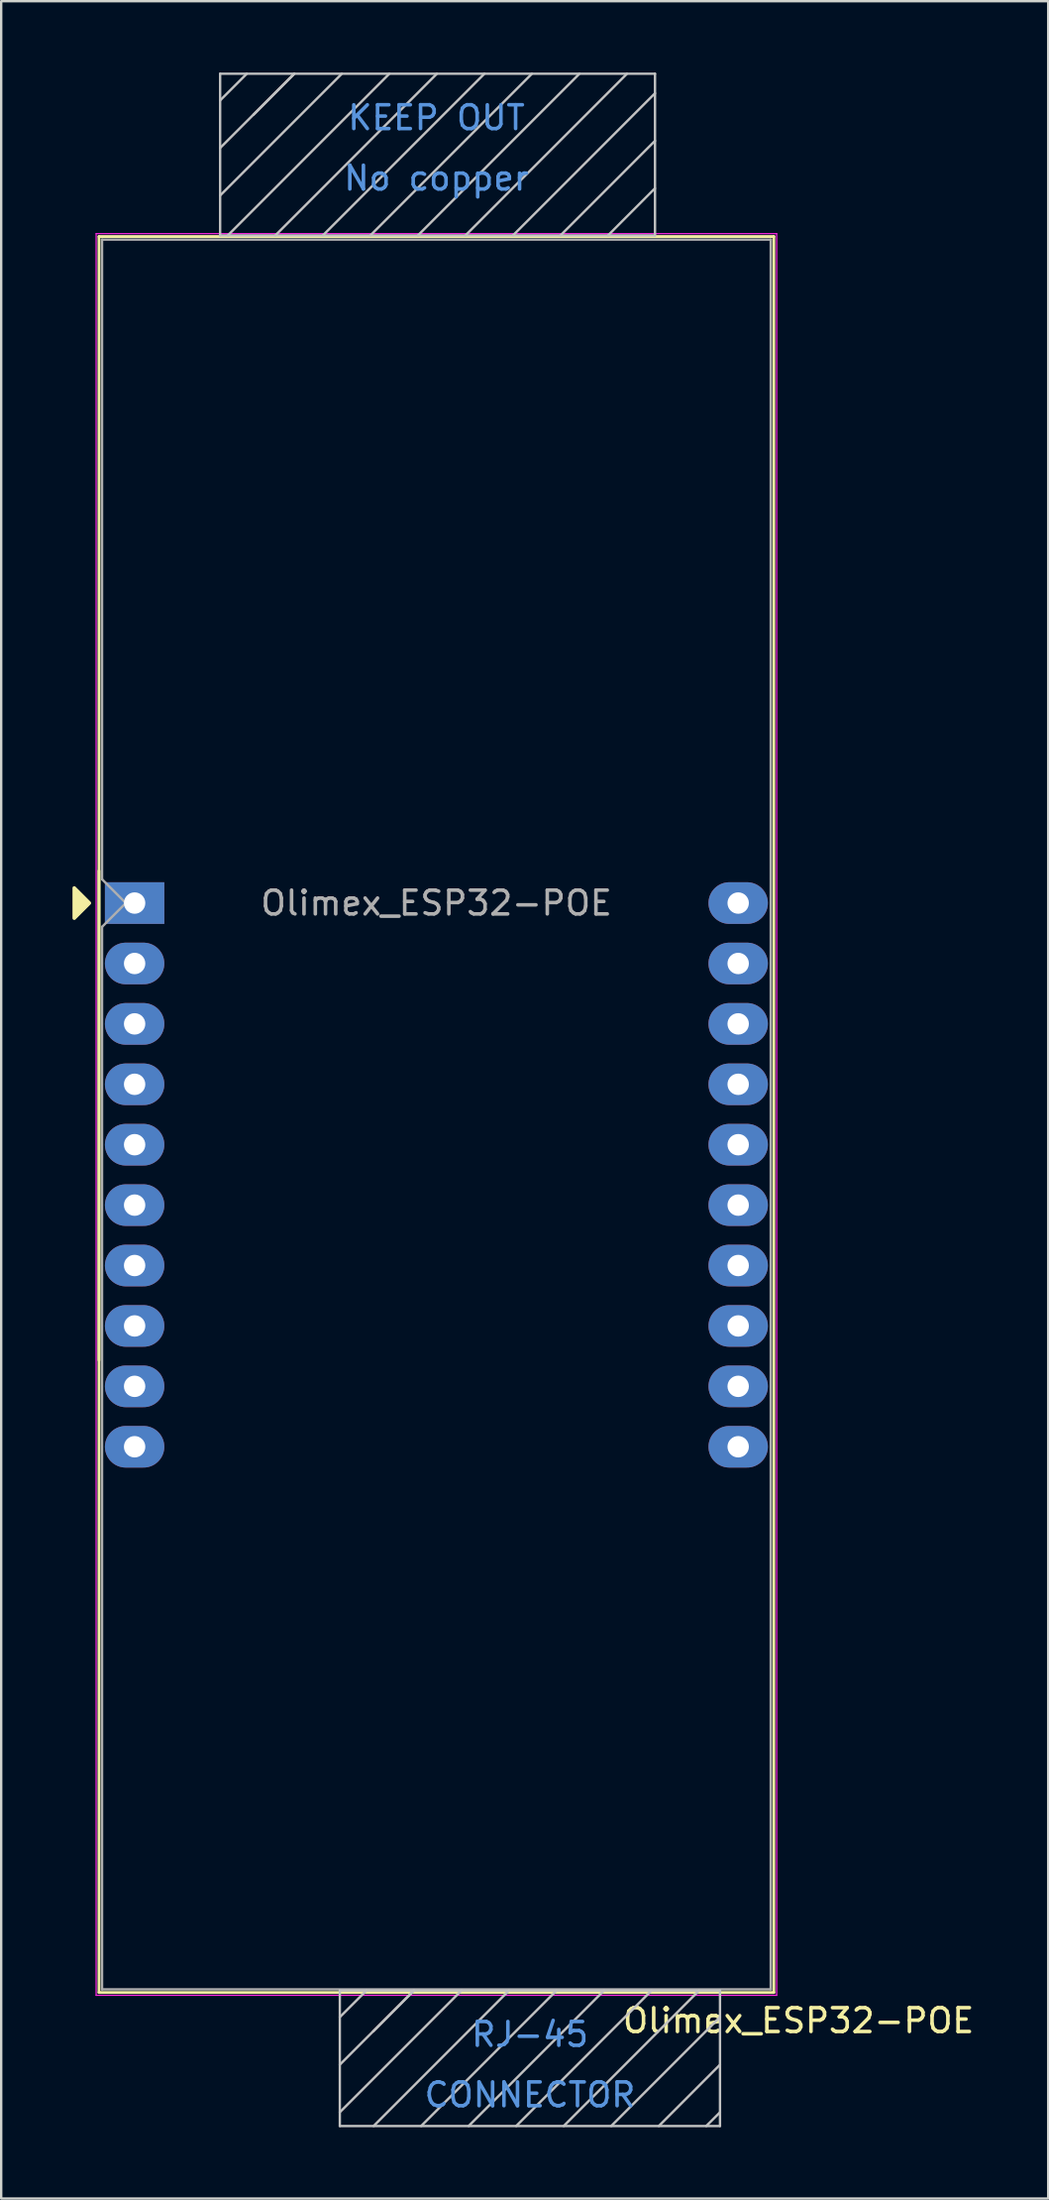
<source format=kicad_pcb>
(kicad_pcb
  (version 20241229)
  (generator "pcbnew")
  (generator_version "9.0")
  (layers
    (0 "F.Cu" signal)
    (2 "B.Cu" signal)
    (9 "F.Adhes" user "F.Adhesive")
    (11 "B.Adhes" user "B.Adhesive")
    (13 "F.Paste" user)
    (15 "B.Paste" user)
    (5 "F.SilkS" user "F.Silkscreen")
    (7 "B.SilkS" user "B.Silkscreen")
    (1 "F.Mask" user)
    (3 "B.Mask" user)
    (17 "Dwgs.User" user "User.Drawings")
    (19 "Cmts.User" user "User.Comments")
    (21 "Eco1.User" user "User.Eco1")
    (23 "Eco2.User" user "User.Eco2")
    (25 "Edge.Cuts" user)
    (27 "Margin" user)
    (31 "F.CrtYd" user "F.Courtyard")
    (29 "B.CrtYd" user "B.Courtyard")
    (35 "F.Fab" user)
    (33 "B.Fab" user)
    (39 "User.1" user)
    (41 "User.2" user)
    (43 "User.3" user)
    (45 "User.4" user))
  (footprint "Olimex_ESP32-POE"
    (layer "F.Cu")
    (at 2.615 34.92)
    (property "Reference" "Olimex_ESP32-POE" (at 27.94 46.99 0) (layer "F.SilkS") (effects (font (size 1 1) (thickness 0.15))))
    (attr through_hole)
    (fp_line (start -1.5 19.22) (end -1.5 -28.025) (stroke (width 0.12) (type solid)) (layer "F.SilkS"))
    (fp_line (start -1.5 45.805) (end -1.5 -1.355) (stroke (width 0.12) (type solid)) (layer "F.SilkS"))
    (fp_line (start -1.5 45.805) (end 26.9 45.805) (stroke (width 0.12) (type solid)) (layer "F.SilkS"))
    (fp_line (start 26.9 -28.025) (end -1.5 -28.025) (stroke (width 0.12) (type solid)) (layer "F.SilkS"))
    (fp_line (start 26.9 45.805) (end 26.9 -28.025) (stroke (width 0.12) (type solid)) (layer "F.SilkS"))
    (fp_poly (pts (xy -2.54 -0.635) (xy -2.54 0.635) (xy -1.905 0)) (stroke (width 0.15) (type solid)) (fill yes) (layer "F.SilkS"))
    (fp_line (start 3.599 -34.87) (end 3.599 -28.07) (stroke (width 0.1) (type solid)) (layer "Dwgs.User"))
    (fp_line (start 3.599 -33.749) (end 4.72 -34.87) (stroke (width 0.1) (type solid)) (layer "Dwgs.User"))
    (fp_line (start 3.599 -31.75) (end 6.72 -34.87) (stroke (width 0.1) (type solid)) (layer "Dwgs.User"))
    (fp_line (start 3.599 -29.751) (end 8.72 -34.87) (stroke (width 0.1) (type solid)) (layer "Dwgs.User"))
    (fp_line (start 3.599 -28.07) (end 21.9 -28.07) (stroke (width 0.1) (type solid)) (layer "Dwgs.User"))
    (fp_line (start 3.92 -28.07) (end 10.72 -34.87) (stroke (width 0.1) (type solid)) (layer "Dwgs.User"))
    (fp_line (start 5.004 -33.147) (end 6.72 -34.87) (stroke (width 0.1) (type solid)) (layer "Dwgs.User"))
    (fp_line (start 5.92 -28.07) (end 12.72 -34.87) (stroke (width 0.1) (type solid)) (layer "Dwgs.User"))
    (fp_line (start 7.92 -28.07) (end 14.72 -34.87) (stroke (width 0.1) (type solid)) (layer "Dwgs.User"))
    (fp_line (start 8.636 45.72) (end 8.636 51.42) (stroke (width 0.1) (type solid)) (layer "Dwgs.User"))
    (fp_line (start 8.636 46.841) (end 9.757 45.72) (stroke (width 0.1) (type solid)) (layer "Dwgs.User"))
    (fp_line (start 8.636 48.84) (end 11.757 45.72) (stroke (width 0.1) (type solid)) (layer "Dwgs.User"))
    (fp_line (start 8.636 50.839) (end 13.757 45.72) (stroke (width 0.1) (type solid)) (layer "Dwgs.User"))
    (fp_line (start 8.636 51.42) (end 24.635 51.42) (stroke (width 0.1) (type solid)) (layer "Dwgs.User"))
    (fp_line (start 9.92 -28.07) (end 16.72 -34.87) (stroke (width 0.1) (type solid)) (layer "Dwgs.User"))
    (fp_line (start 10.041 47.443) (end 11.757 45.72) (stroke (width 0.1) (type solid)) (layer "Dwgs.User"))
    (fp_line (start 10.058 51.42) (end 15.757 45.72) (stroke (width 0.1) (type solid)) (layer "Dwgs.User"))
    (fp_line (start 11.92 -28.07) (end 18.72 -34.87) (stroke (width 0.1) (type solid)) (layer "Dwgs.User"))
    (fp_line (start 12.057 51.42) (end 17.757 45.72) (stroke (width 0.1) (type solid)) (layer "Dwgs.User"))
    (fp_line (start 13.92 -28.07) (end 20.72 -34.87) (stroke (width 0.1) (type solid)) (layer "Dwgs.User"))
    (fp_line (start 14.056 51.42) (end 19.757 45.72) (stroke (width 0.1) (type solid)) (layer "Dwgs.User"))
    (fp_line (start 15.92 -28.07) (end 21.9 -34.049) (stroke (width 0.1) (type solid)) (layer "Dwgs.User"))
    (fp_line (start 16.058 51.42) (end 21.757 45.72) (stroke (width 0.1) (type solid)) (layer "Dwgs.User"))
    (fp_line (start 17.92 -28.07) (end 21.9 -32.05) (stroke (width 0.1) (type solid)) (layer "Dwgs.User"))
    (fp_line (start 18.057 51.42) (end 23.757 45.72) (stroke (width 0.1) (type solid)) (layer "Dwgs.User"))
    (fp_line (start 19.92 -28.07) (end 21.897 -30.051) (stroke (width 0.1) (type solid)) (layer "Dwgs.User"))
    (fp_line (start 20.056 51.42) (end 24.635 46.84) (stroke (width 0.1) (type solid)) (layer "Dwgs.User"))
    (fp_line (start 21.9 -34.87) (end 3.599 -34.87) (stroke (width 0.1) (type solid)) (layer "Dwgs.User"))
    (fp_line (start 21.9 -34.87) (end 21.9 -28.07) (stroke (width 0.1) (type solid)) (layer "Dwgs.User"))
    (fp_line (start 22.06 51.42) (end 24.635 48.842) (stroke (width 0.1) (type solid)) (layer "Dwgs.User"))
    (fp_line (start 24.056 51.42) (end 24.635 50.843) (stroke (width 0.1) (type solid)) (layer "Dwgs.User"))
    (fp_line (start 24.635 45.72) (end 8.636 45.72) (stroke (width 0.1) (type solid)) (layer "Dwgs.User"))
    (fp_line (start 24.635 45.72) (end 24.635 51.42) (stroke (width 0.1) (type solid)) (layer "Dwgs.User"))
    (fp_line (start -1.62 -28.145) (end 27.02 -28.145) (stroke (width 0.05) (type solid)) (layer "F.CrtYd"))
    (fp_line (start -1.62 45.925) (end -1.62 -28.145) (stroke (width 0.05) (type solid)) (layer "F.CrtYd"))
    (fp_line (start 27.02 -28.145) (end 27.02 45.925) (stroke (width 0.05) (type solid)) (layer "F.CrtYd"))
    (fp_line (start 27.02 45.925) (end -1.62 45.925) (stroke (width 0.05) (type solid)) (layer "F.CrtYd"))
    (fp_line (start -1.37 -27.895) (end -1.37 -1) (stroke (width 0.1) (type solid)) (layer "F.Fab"))
    (fp_line (start -1.37 1) (end -1.37 45.675) (stroke (width 0.1) (type solid)) (layer "F.Fab"))
    (fp_line (start -1.37 1) (end -0.37 0) (stroke (width 0.1) (type solid)) (layer "F.Fab"))
    (fp_line (start -1.37 45.675) (end 26.77 45.675) (stroke (width 0.1) (type solid)) (layer "F.Fab"))
    (fp_line (start -0.37 0) (end -1.37 -1) (stroke (width 0.1) (type solid)) (layer "F.Fab"))
    (fp_line (start 26.77 -27.895) (end -1.37 -27.895) (stroke (width 0.1) (type solid)) (layer "F.Fab"))
    (fp_line (start 26.77 45.675) (end 26.77 -27.895) (stroke (width 0.1) (type solid)) (layer "F.Fab"))
    (fp_text user "RJ-45" (at 16.637 47.57 0) (layer "Cmts.User") (effects (font (size 1 1) (thickness 0.15))))
    (fp_text user "CONNECTOR" (at 16.637 50.11 0) (layer "Cmts.User") (effects (font (size 1 1) (thickness 0.15))))
    (fp_text user "No copper" (at 12.7 -30.48 0) (layer "Cmts.User") (effects (font (size 1 1) (thickness 0.15))))
    (fp_text user "KEEP OUT" (at 12.7 -33.02 0) (layer "Cmts.User") (effects (font (size 1 1) (thickness 0.15))))
    (fp_text user "${REFERENCE}" (at 12.7 0 0) (layer "F.Fab") (effects (font (size 1 1) (thickness 0.15))))
    (pad "1" thru_hole rect (at 0 0) (size 2.5 1.75) (drill 0.9) (layers "*.Cu" "*.Mask"))
    (pad "2" thru_hole oval (at 0 2.54) (size 2.5 1.75) (drill 0.9) (layers "*.Cu" "*.Mask"))
    (pad "3" thru_hole oval (at 0 5.08) (size 2.5 1.75) (drill 0.9) (layers "*.Cu" "*.Mask"))
    (pad "4" thru_hole oval (at 0 7.62) (size 2.5 1.75) (drill 0.9) (layers "*.Cu" "*.Mask"))
    (pad "5" thru_hole oval (at 0 10.16) (size 2.5 1.75) (drill 0.9) (layers "*.Cu" "*.Mask"))
    (pad "6" thru_hole oval (at 0 12.7) (size 2.5 1.75) (drill 0.9) (layers "*.Cu" "*.Mask"))
    (pad "7" thru_hole oval (at 0 15.24) (size 2.5 1.75) (drill 0.9) (layers "*.Cu" "*.Mask"))
    (pad "8" thru_hole oval (at 0 17.78) (size 2.5 1.75) (drill 0.9) (layers "*.Cu" "*.Mask"))
    (pad "9" thru_hole oval (at 0 20.32) (size 2.5 1.75) (drill 0.9) (layers "*.Cu" "*.Mask"))
    (pad "10" thru_hole oval (at 0 22.86) (size 2.5 1.75) (drill 0.9) (layers "*.Cu" "*.Mask"))
    (pad "11" thru_hole oval (at 25.4 22.86) (size 2.5 1.75) (drill 0.9) (layers "*.Cu" "*.Mask"))
    (pad "12" thru_hole oval (at 25.4 20.32) (size 2.5 1.75) (drill 0.9) (layers "*.Cu" "*.Mask"))
    (pad "13" thru_hole oval (at 25.4 17.78) (size 2.5 1.75) (drill 0.9) (layers "*.Cu" "*.Mask"))
    (pad "14" thru_hole oval (at 25.4 15.24) (size 2.5 1.75) (drill 0.9) (layers "*.Cu" "*.Mask"))
    (pad "15" thru_hole oval (at 25.4 12.7) (size 2.5 1.75) (drill 0.9) (layers "*.Cu" "*.Mask"))
    (pad "16" thru_hole oval (at 25.4 10.16) (size 2.5 1.75) (drill 0.9) (layers "*.Cu" "*.Mask"))
    (pad "17" thru_hole oval (at 25.4 7.62) (size 2.5 1.75) (drill 0.9) (layers "*.Cu" "*.Mask"))
    (pad "18" thru_hole oval (at 25.4 5.08) (size 2.5 1.75) (drill 0.9) (layers "*.Cu" "*.Mask"))
    (pad "19" thru_hole oval (at 25.4 2.54) (size 2.5 1.75) (drill 0.9) (layers "*.Cu" "*.Mask"))
    (pad "20" thru_hole oval (at 25.4 0) (size 2.5 1.75) (drill 0.9) (layers "*.Cu" "*.Mask")))
  (gr_rect
    (start -3 -3)
    (end 41.061 89.39)
    (stroke (width 0.1) (type default))
    (fill no)
    (layer "Edge.Cuts")))
</source>
